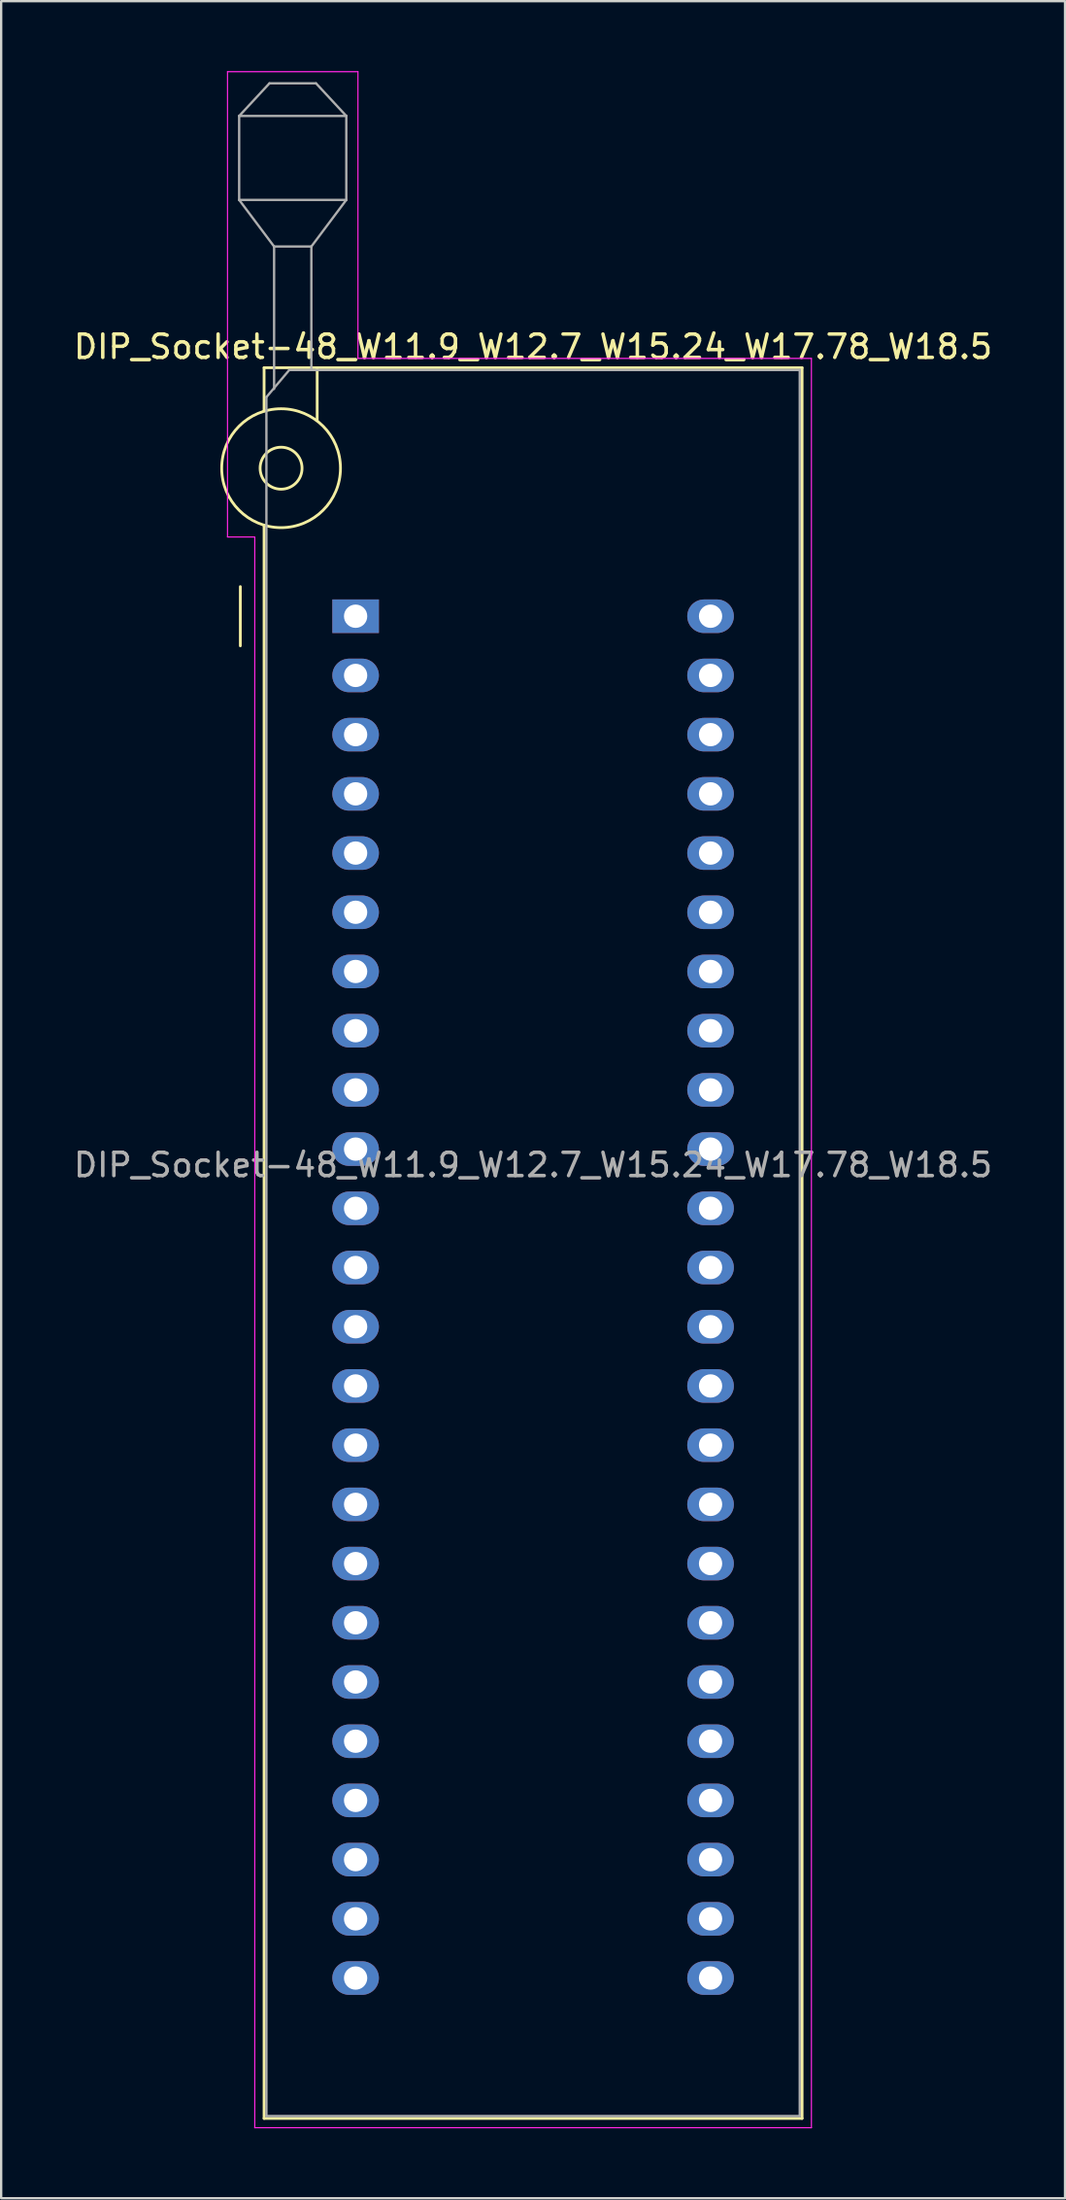
<source format=kicad_pcb>
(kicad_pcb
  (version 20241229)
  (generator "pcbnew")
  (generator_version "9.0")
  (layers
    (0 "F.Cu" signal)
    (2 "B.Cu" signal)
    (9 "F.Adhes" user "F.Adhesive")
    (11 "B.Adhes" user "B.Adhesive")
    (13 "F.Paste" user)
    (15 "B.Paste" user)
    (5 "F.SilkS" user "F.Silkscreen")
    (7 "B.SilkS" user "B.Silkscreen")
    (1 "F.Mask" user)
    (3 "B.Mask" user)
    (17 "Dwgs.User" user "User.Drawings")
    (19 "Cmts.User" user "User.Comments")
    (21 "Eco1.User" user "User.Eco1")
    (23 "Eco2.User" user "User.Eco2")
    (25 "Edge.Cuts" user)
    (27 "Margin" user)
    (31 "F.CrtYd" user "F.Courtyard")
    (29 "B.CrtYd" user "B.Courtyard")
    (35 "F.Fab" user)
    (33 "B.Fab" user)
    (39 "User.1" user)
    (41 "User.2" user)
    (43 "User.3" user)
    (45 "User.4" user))
  (footprint "DIP_Socket-48_W11.9_W12.7_W15.24_W17.78_W18.5"
    (layer "F.Cu")
    (at 12.219 23.385)
    (property "Reference" "DIP_Socket-48_W11.9_W12.7_W15.24_W17.78_W18.5" (at 7.62 -11.56 0) (layer "F.SilkS") (effects (font (size 1 1) (thickness 0.15))))
    (attr through_hole)
    (fp_line (start -4.95 1.27) (end -4.95 -1.27) (stroke (width 0.12) (type solid)) (layer "F.SilkS"))
    (fp_line (start -3.93 -10.66) (end -3.93 -8.8) (stroke (width 0.12) (type solid)) (layer "F.SilkS"))
    (fp_line (start -3.93 -3.9) (end -3.93 64.44) (stroke (width 0.12) (type solid)) (layer "F.SilkS"))
    (fp_line (start -3.93 64.44) (end 19.17 64.44) (stroke (width 0.12) (type solid)) (layer "F.SilkS"))
    (fp_line (start -1.65 -10.66) (end -1.65 -8.4) (stroke (width 0.12) (type solid)) (layer "F.SilkS"))
    (fp_line (start 19.17 -10.66) (end -3.93 -10.66) (stroke (width 0.12) (type solid)) (layer "F.SilkS"))
    (fp_line (start 19.17 -10.66) (end 19.17 64.44) (stroke (width 0.12) (type solid)) (layer "F.SilkS"))
    (fp_circle (center -3.2 -6.35) (end -2.3 -6.35) (stroke (width 0.12) (type solid)) (fill no) (layer "F.SilkS"))
    (fp_circle (center -3.2 -6.35) (end -0.65 -6.35) (stroke (width 0.12) (type solid)) (fill no) (layer "F.SilkS"))
    (fp_line (start -5.5 -23.36) (end 0.1 -23.36) (stroke (width 0.05) (type solid)) (layer "F.CrtYd"))
    (fp_line (start -5.5 -3.4) (end -5.5 -23.36) (stroke (width 0.05) (type solid)) (layer "F.CrtYd"))
    (fp_line (start -4.33 -3.4) (end -5.5 -3.4) (stroke (width 0.05) (type solid)) (layer "F.CrtYd"))
    (fp_line (start -4.33 64.84) (end -4.33 -3.4) (stroke (width 0.05) (type solid)) (layer "F.CrtYd"))
    (fp_line (start 0.1 -23.36) (end 0.1 -11.06) (stroke (width 0.05) (type solid)) (layer "F.CrtYd"))
    (fp_line (start 0.1 -11.06) (end 19.57 -11.06) (stroke (width 0.05) (type solid)) (layer "F.CrtYd"))
    (fp_line (start 19.57 -11.06) (end 19.57 64.84) (stroke (width 0.05) (type solid)) (layer "F.CrtYd"))
    (fp_line (start 19.57 64.84) (end -4.33 64.84) (stroke (width 0.05) (type solid)) (layer "F.CrtYd"))
    (fp_line (start -5 -21.46) (end -5 -17.86) (stroke (width 0.1) (type solid)) (layer "F.Fab"))
    (fp_line (start -5 -21.46) (end -3.7 -22.86) (stroke (width 0.1) (type solid)) (layer "F.Fab"))
    (fp_line (start -5 -17.86) (end -3.5 -15.86) (stroke (width 0.1) (type solid)) (layer "F.Fab"))
    (fp_line (start -5 -17.86) (end -0.4 -17.86) (stroke (width 0.1) (type solid)) (layer "F.Fab"))
    (fp_line (start -3.83 -9.4) (end -3.83 64.34) (stroke (width 0.1) (type solid)) (layer "F.Fab"))
    (fp_line (start -3.83 -9.4) (end -2.85 -10.56) (stroke (width 0.1) (type solid)) (layer "F.Fab"))
    (fp_line (start -3.7 -22.86) (end -1.7 -22.86) (stroke (width 0.1) (type solid)) (layer "F.Fab"))
    (fp_line (start -3.5 -15.86) (end -1.9 -15.86) (stroke (width 0.1) (type solid)) (layer "F.Fab"))
    (fp_line (start -3.5 -9.75) (end -3.5 -15.86) (stroke (width 0.1) (type solid)) (layer "F.Fab"))
    (fp_line (start -2.85 -10.56) (end 19.07 -10.56) (stroke (width 0.1) (type solid)) (layer "F.Fab"))
    (fp_line (start -1.9 -15.86) (end -1.9 -10.56) (stroke (width 0.1) (type solid)) (layer "F.Fab"))
    (fp_line (start -1.7 -22.86) (end -0.4 -21.46) (stroke (width 0.1) (type solid)) (layer "F.Fab"))
    (fp_line (start -0.4 -21.46) (end -5 -21.46) (stroke (width 0.1) (type solid)) (layer "F.Fab"))
    (fp_line (start -0.4 -17.86) (end -1.9 -15.86) (stroke (width 0.1) (type solid)) (layer "F.Fab"))
    (fp_line (start -0.4 -17.86) (end -0.4 -21.46) (stroke (width 0.1) (type solid)) (layer "F.Fab"))
    (fp_line (start 19.07 -10.56) (end 19.07 64.34) (stroke (width 0.1) (type solid)) (layer "F.Fab"))
    (fp_line (start 19.07 64.34) (end -3.83 64.34) (stroke (width 0.1) (type solid)) (layer "F.Fab"))
    (fp_text user "${REFERENCE}" (at 7.62 23.54 0) (layer "F.Fab") (effects (font (size 1 1) (thickness 0.15))))
    (pad "1" thru_hole rect (at 0 0) (size 2 1.44) (drill 1) (layers "*.Cu" "*.Mask"))
    (pad "2" thru_hole oval (at 0 2.54) (size 2 1.44) (drill 1) (layers "*.Cu" "*.Mask"))
    (pad "3" thru_hole oval (at 0 5.08) (size 2 1.44) (drill 1) (layers "*.Cu" "*.Mask"))
    (pad "4" thru_hole oval (at 0 7.62) (size 2 1.44) (drill 1) (layers "*.Cu" "*.Mask"))
    (pad "5" thru_hole oval (at 0 10.16) (size 2 1.44) (drill 1) (layers "*.Cu" "*.Mask"))
    (pad "6" thru_hole oval (at 0 12.7) (size 2 1.44) (drill 1) (layers "*.Cu" "*.Mask"))
    (pad "7" thru_hole oval (at 0 15.24) (size 2 1.44) (drill 1) (layers "*.Cu" "*.Mask"))
    (pad "8" thru_hole oval (at 0 17.78) (size 2 1.44) (drill 1) (layers "*.Cu" "*.Mask"))
    (pad "9" thru_hole oval (at 0 20.32) (size 2 1.44) (drill 1) (layers "*.Cu" "*.Mask"))
    (pad "10" thru_hole oval (at 0 22.86) (size 2 1.44) (drill 1) (layers "*.Cu" "*.Mask"))
    (pad "11" thru_hole oval (at 0 25.4) (size 2 1.44) (drill 1) (layers "*.Cu" "*.Mask"))
    (pad "12" thru_hole oval (at 0 27.94) (size 2 1.44) (drill 1) (layers "*.Cu" "*.Mask"))
    (pad "13" thru_hole oval (at 0 30.48) (size 2 1.44) (drill 1) (layers "*.Cu" "*.Mask"))
    (pad "14" thru_hole oval (at 0 33.02) (size 2 1.44) (drill 1) (layers "*.Cu" "*.Mask"))
    (pad "15" thru_hole oval (at 0 35.56) (size 2 1.44) (drill 1) (layers "*.Cu" "*.Mask"))
    (pad "16" thru_hole oval (at 0 38.1) (size 2 1.44) (drill 1) (layers "*.Cu" "*.Mask"))
    (pad "17" thru_hole oval (at 0 40.64) (size 2 1.44) (drill 1) (layers "*.Cu" "*.Mask"))
    (pad "18" thru_hole oval (at 0 43.18) (size 2 1.44) (drill 1) (layers "*.Cu" "*.Mask"))
    (pad "19" thru_hole oval (at 0 45.72) (size 2 1.44) (drill 1) (layers "*.Cu" "*.Mask"))
    (pad "20" thru_hole oval (at 0 48.26) (size 2 1.44) (drill 1) (layers "*.Cu" "*.Mask"))
    (pad "21" thru_hole oval (at 0 50.8) (size 2 1.44) (drill 1) (layers "*.Cu" "*.Mask"))
    (pad "22" thru_hole oval (at 0 53.34) (size 2 1.44) (drill 1) (layers "*.Cu" "*.Mask"))
    (pad "23" thru_hole oval (at 0 55.88) (size 2 1.44) (drill 1) (layers "*.Cu" "*.Mask"))
    (pad "24" thru_hole oval (at 0 58.42) (size 2 1.44) (drill 1) (layers "*.Cu" "*.Mask"))
    (pad "25" thru_hole oval (at 15.24 58.42) (size 2 1.44) (drill 1) (layers "*.Cu" "*.Mask"))
    (pad "26" thru_hole oval (at 15.24 55.88) (size 2 1.44) (drill 1) (layers "*.Cu" "*.Mask"))
    (pad "27" thru_hole oval (at 15.24 53.34) (size 2 1.44) (drill 1) (layers "*.Cu" "*.Mask"))
    (pad "28" thru_hole oval (at 15.24 50.8) (size 2 1.44) (drill 1) (layers "*.Cu" "*.Mask"))
    (pad "29" thru_hole oval (at 15.24 48.26) (size 2 1.44) (drill 1) (layers "*.Cu" "*.Mask"))
    (pad "30" thru_hole oval (at 15.24 45.72) (size 2 1.44) (drill 1) (layers "*.Cu" "*.Mask"))
    (pad "31" thru_hole oval (at 15.24 43.18) (size 2 1.44) (drill 1) (layers "*.Cu" "*.Mask"))
    (pad "32" thru_hole oval (at 15.24 40.64) (size 2 1.44) (drill 1) (layers "*.Cu" "*.Mask"))
    (pad "33" thru_hole oval (at 15.24 38.1) (size 2 1.44) (drill 1) (layers "*.Cu" "*.Mask"))
    (pad "34" thru_hole oval (at 15.24 35.56) (size 2 1.44) (drill 1) (layers "*.Cu" "*.Mask"))
    (pad "35" thru_hole oval (at 15.24 33.02) (size 2 1.44) (drill 1) (layers "*.Cu" "*.Mask"))
    (pad "36" thru_hole oval (at 15.24 30.48) (size 2 1.44) (drill 1) (layers "*.Cu" "*.Mask"))
    (pad "37" thru_hole oval (at 15.24 27.94) (size 2 1.44) (drill 1) (layers "*.Cu" "*.Mask"))
    (pad "38" thru_hole oval (at 15.24 25.4) (size 2 1.44) (drill 1) (layers "*.Cu" "*.Mask"))
    (pad "39" thru_hole oval (at 15.24 22.86) (size 2 1.44) (drill 1) (layers "*.Cu" "*.Mask"))
    (pad "40" thru_hole oval (at 15.24 20.32) (size 2 1.44) (drill 1) (layers "*.Cu" "*.Mask"))
    (pad "41" thru_hole oval (at 15.24 17.78) (size 2 1.44) (drill 1) (layers "*.Cu" "*.Mask"))
    (pad "42" thru_hole oval (at 15.24 15.24) (size 2 1.44) (drill 1) (layers "*.Cu" "*.Mask"))
    (pad "43" thru_hole oval (at 15.24 12.7) (size 2 1.44) (drill 1) (layers "*.Cu" "*.Mask"))
    (pad "44" thru_hole oval (at 15.24 10.16) (size 2 1.44) (drill 1) (layers "*.Cu" "*.Mask"))
    (pad "45" thru_hole oval (at 15.24 7.62) (size 2 1.44) (drill 1) (layers "*.Cu" "*.Mask"))
    (pad "46" thru_hole oval (at 15.24 5.08) (size 2 1.44) (drill 1) (layers "*.Cu" "*.Mask"))
    (pad "47" thru_hole oval (at 15.24 2.54) (size 2 1.44) (drill 1) (layers "*.Cu" "*.Mask"))
    (pad "48" thru_hole oval (at 15.24 0) (size 2 1.44) (drill 1) (layers "*.Cu" "*.Mask")))
  (gr_rect
    (start -3 -3)
    (end 42.679 91.25)
    (stroke (width 0.1) (type default))
    (fill no)
    (layer "Edge.Cuts")))
</source>
